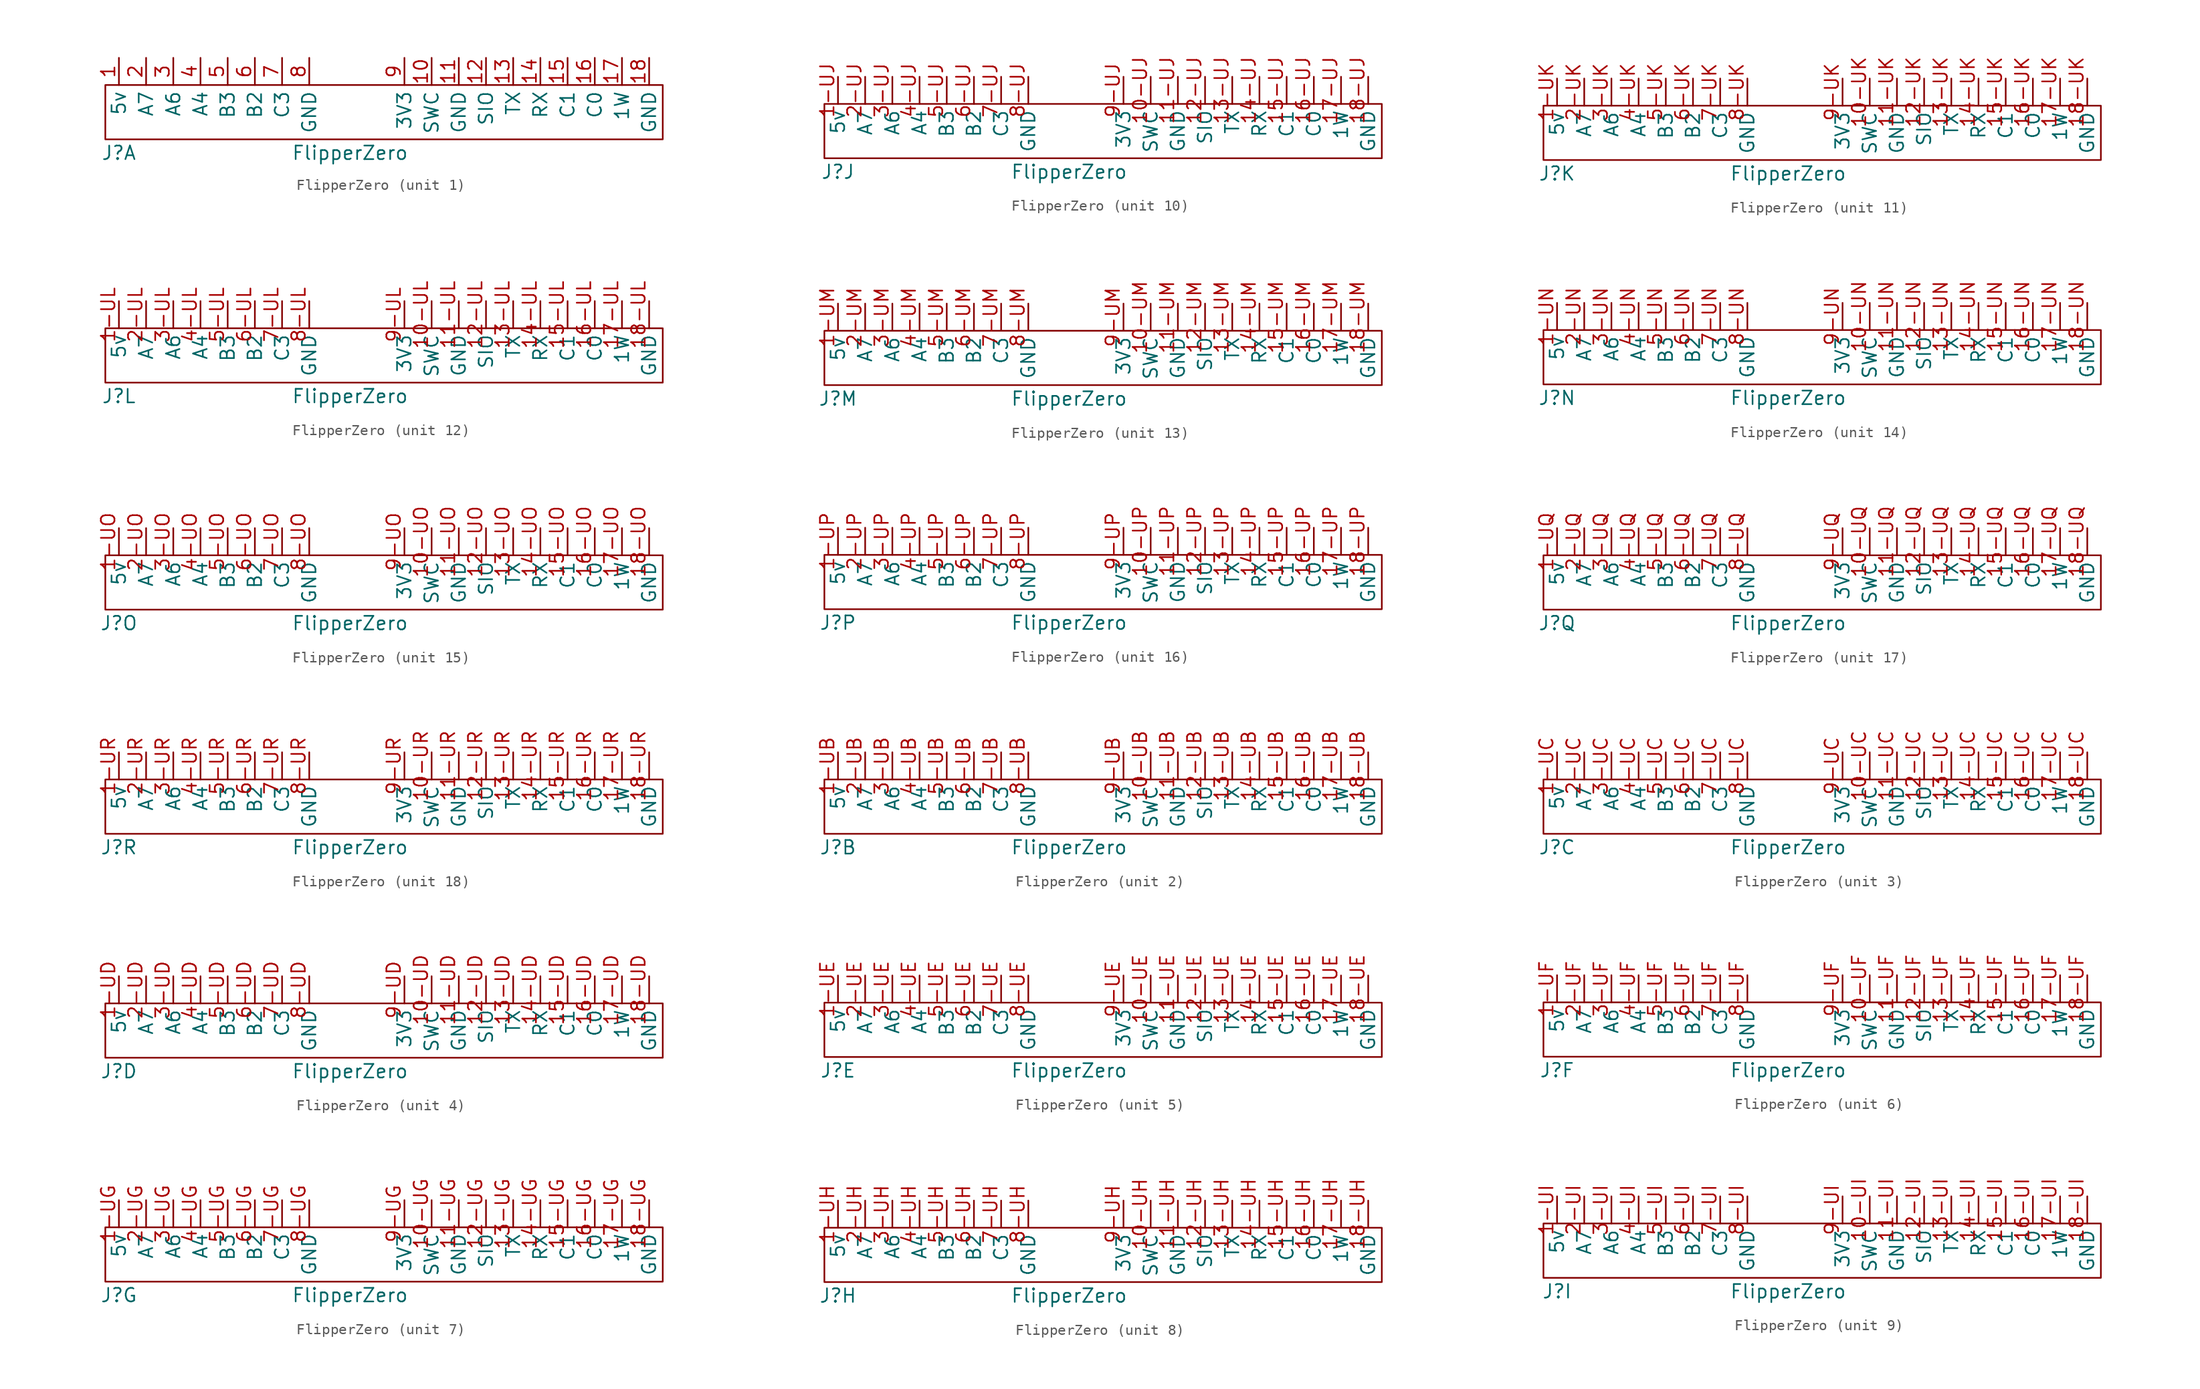
<source format=kicad_sym>
(kicad_symbol_lib
  (version 20211014)
  (generator kicad_symbol_editor)
  (symbol "FlipperZero"
    (property "Reference" "J"
      (at -21.59 -7.62 0)
      (effects (font (size 1.27 1.27))))
    (property "Value" "FlipperZero"
      (at 0 -7.62 0)
      (effects (font (size 1.27 1.27))))
    (symbol "FlipperZero_0_1"
      (rectangle (start -22.86 -1.27) (end 29.21 -6.35) (stroke (width 0) (type default) (color 0 0 0 0)) (fill (type none))))
    (symbol "FlipperZero_1_1"
      (pin input line (at -21.59 1.27 270) (length 2.54) (name "5v" (effects (font (size 1.27 1.27)))) (number "1" (effects (font (size 1.27 1.27)))))
      (pin input line (at 7.62 1.27 270) (length 2.54) (name "SWC" (effects (font (size 1.27 1.27)))) (number "10" (effects (font (size 1.27 1.27)))))
      (pin input line (at 10.16 1.27 270) (length 2.54) (name "GND" (effects (font (size 1.27 1.27)))) (number "11" (effects (font (size 1.27 1.27)))))
      (pin input line (at 12.7 1.27 270) (length 2.54) (name "SIO" (effects (font (size 1.27 1.27)))) (number "12" (effects (font (size 1.27 1.27)))))
      (pin input line (at 15.24 1.27 270) (length 2.54) (name "TX" (effects (font (size 1.27 1.27)))) (number "13" (effects (font (size 1.27 1.27)))))
      (pin input line (at 17.78 1.27 270) (length 2.54) (name "RX" (effects (font (size 1.27 1.27)))) (number "14" (effects (font (size 1.27 1.27)))))
      (pin input line (at 20.32 1.27 270) (length 2.54) (name "C1" (effects (font (size 1.27 1.27)))) (number "15" (effects (font (size 1.27 1.27)))))
      (pin input line (at 22.86 1.27 270) (length 2.54) (name "C0" (effects (font (size 1.27 1.27)))) (number "16" (effects (font (size 1.27 1.27)))))
      (pin input line (at 25.4 1.27 270) (length 2.54) (name "1W" (effects (font (size 1.27 1.27)))) (number "17" (effects (font (size 1.27 1.27)))))
      (pin input line (at 27.94 1.27 270) (length 2.54) (name "GND" (effects (font (size 1.27 1.27)))) (number "18" (effects (font (size 1.27 1.27)))))
      (pin input line (at -19.05 1.27 270) (length 2.54) (name "A7" (effects (font (size 1.27 1.27)))) (number "2" (effects (font (size 1.27 1.27)))))
      (pin input line (at -16.51 1.27 270) (length 2.54) (name "A6" (effects (font (size 1.27 1.27)))) (number "3" (effects (font (size 1.27 1.27)))))
      (pin input line (at -13.97 1.27 270) (length 2.54) (name "A4" (effects (font (size 1.27 1.27)))) (number "4" (effects (font (size 1.27 1.27)))))
      (pin input line (at -11.43 1.27 270) (length 2.54) (name "B3" (effects (font (size 1.27 1.27)))) (number "5" (effects (font (size 1.27 1.27)))))
      (pin input line (at -8.89 1.27 270) (length 2.54) (name "B2" (effects (font (size 1.27 1.27)))) (number "6" (effects (font (size 1.27 1.27)))))
      (pin input line (at -6.35 1.27 270) (length 2.54) (name "C3" (effects (font (size 1.27 1.27)))) (number "7" (effects (font (size 1.27 1.27)))))
      (pin input line (at -3.81 1.27 270) (length 2.54) (name "GND" (effects (font (size 1.27 1.27)))) (number "8" (effects (font (size 1.27 1.27)))))
      (pin input line (at 5.08 1.27 270) (length 2.54) (name "3V3" (effects (font (size 1.27 1.27)))) (number "9" (effects (font (size 1.27 1.27))))))
    (symbol "FlipperZero_2_1"
      (pin input line (at -21.59 1.27 270) (length 2.54) (name "5v" (effects (font (size 1.27 1.27)))) (number "1-UB" (effects (font (size 1.27 1.27)))))
      (pin input line (at 7.62 1.27 270) (length 2.54) (name "SWC" (effects (font (size 1.27 1.27)))) (number "10-UB" (effects (font (size 1.27 1.27)))))
      (pin input line (at 10.16 1.27 270) (length 2.54) (name "GND" (effects (font (size 1.27 1.27)))) (number "11-UB" (effects (font (size 1.27 1.27)))))
      (pin input line (at 12.7 1.27 270) (length 2.54) (name "SIO" (effects (font (size 1.27 1.27)))) (number "12-UB" (effects (font (size 1.27 1.27)))))
      (pin input line (at 15.24 1.27 270) (length 2.54) (name "TX" (effects (font (size 1.27 1.27)))) (number "13-UB" (effects (font (size 1.27 1.27)))))
      (pin input line (at 17.78 1.27 270) (length 2.54) (name "RX" (effects (font (size 1.27 1.27)))) (number "14-UB" (effects (font (size 1.27 1.27)))))
      (pin input line (at 20.32 1.27 270) (length 2.54) (name "C1" (effects (font (size 1.27 1.27)))) (number "15-UB" (effects (font (size 1.27 1.27)))))
      (pin input line (at 22.86 1.27 270) (length 2.54) (name "C0" (effects (font (size 1.27 1.27)))) (number "16-UB" (effects (font (size 1.27 1.27)))))
      (pin input line (at 25.4 1.27 270) (length 2.54) (name "1W" (effects (font (size 1.27 1.27)))) (number "17-UB" (effects (font (size 1.27 1.27)))))
      (pin input line (at 27.94 1.27 270) (length 2.54) (name "GND" (effects (font (size 1.27 1.27)))) (number "18-UB" (effects (font (size 1.27 1.27)))))
      (pin input line (at -19.05 1.27 270) (length 2.54) (name "A7" (effects (font (size 1.27 1.27)))) (number "2-UB" (effects (font (size 1.27 1.27)))))
      (pin input line (at -16.51 1.27 270) (length 2.54) (name "A6" (effects (font (size 1.27 1.27)))) (number "3-UB" (effects (font (size 1.27 1.27)))))
      (pin input line (at -13.97 1.27 270) (length 2.54) (name "A4" (effects (font (size 1.27 1.27)))) (number "4-UB" (effects (font (size 1.27 1.27)))))
      (pin input line (at -11.43 1.27 270) (length 2.54) (name "B3" (effects (font (size 1.27 1.27)))) (number "5-UB" (effects (font (size 1.27 1.27)))))
      (pin input line (at -8.89 1.27 270) (length 2.54) (name "B2" (effects (font (size 1.27 1.27)))) (number "6-UB" (effects (font (size 1.27 1.27)))))
      (pin input line (at -6.35 1.27 270) (length 2.54) (name "C3" (effects (font (size 1.27 1.27)))) (number "7-UB" (effects (font (size 1.27 1.27)))))
      (pin input line (at -3.81 1.27 270) (length 2.54) (name "GND" (effects (font (size 1.27 1.27)))) (number "8-UB" (effects (font (size 1.27 1.27)))))
      (pin input line (at 5.08 1.27 270) (length 2.54) (name "3V3" (effects (font (size 1.27 1.27)))) (number "9-UB" (effects (font (size 1.27 1.27))))))
    (symbol "FlipperZero_3_1"
      (pin input line (at -21.59 1.27 270) (length 2.54) (name "5v" (effects (font (size 1.27 1.27)))) (number "1-UC" (effects (font (size 1.27 1.27)))))
      (pin input line (at 7.62 1.27 270) (length 2.54) (name "SWC" (effects (font (size 1.27 1.27)))) (number "10-UC" (effects (font (size 1.27 1.27)))))
      (pin input line (at 10.16 1.27 270) (length 2.54) (name "GND" (effects (font (size 1.27 1.27)))) (number "11-UC" (effects (font (size 1.27 1.27)))))
      (pin input line (at 12.7 1.27 270) (length 2.54) (name "SIO" (effects (font (size 1.27 1.27)))) (number "12-UC" (effects (font (size 1.27 1.27)))))
      (pin input line (at 15.24 1.27 270) (length 2.54) (name "TX" (effects (font (size 1.27 1.27)))) (number "13-UC" (effects (font (size 1.27 1.27)))))
      (pin input line (at 17.78 1.27 270) (length 2.54) (name "RX" (effects (font (size 1.27 1.27)))) (number "14-UC" (effects (font (size 1.27 1.27)))))
      (pin input line (at 20.32 1.27 270) (length 2.54) (name "C1" (effects (font (size 1.27 1.27)))) (number "15-UC" (effects (font (size 1.27 1.27)))))
      (pin input line (at 22.86 1.27 270) (length 2.54) (name "C0" (effects (font (size 1.27 1.27)))) (number "16-UC" (effects (font (size 1.27 1.27)))))
      (pin input line (at 25.4 1.27 270) (length 2.54) (name "1W" (effects (font (size 1.27 1.27)))) (number "17-UC" (effects (font (size 1.27 1.27)))))
      (pin input line (at 27.94 1.27 270) (length 2.54) (name "GND" (effects (font (size 1.27 1.27)))) (number "18-UC" (effects (font (size 1.27 1.27)))))
      (pin input line (at -19.05 1.27 270) (length 2.54) (name "A7" (effects (font (size 1.27 1.27)))) (number "2-UC" (effects (font (size 1.27 1.27)))))
      (pin input line (at -16.51 1.27 270) (length 2.54) (name "A6" (effects (font (size 1.27 1.27)))) (number "3-UC" (effects (font (size 1.27 1.27)))))
      (pin input line (at -13.97 1.27 270) (length 2.54) (name "A4" (effects (font (size 1.27 1.27)))) (number "4-UC" (effects (font (size 1.27 1.27)))))
      (pin input line (at -11.43 1.27 270) (length 2.54) (name "B3" (effects (font (size 1.27 1.27)))) (number "5-UC" (effects (font (size 1.27 1.27)))))
      (pin input line (at -8.89 1.27 270) (length 2.54) (name "B2" (effects (font (size 1.27 1.27)))) (number "6-UC" (effects (font (size 1.27 1.27)))))
      (pin input line (at -6.35 1.27 270) (length 2.54) (name "C3" (effects (font (size 1.27 1.27)))) (number "7-UC" (effects (font (size 1.27 1.27)))))
      (pin input line (at -3.81 1.27 270) (length 2.54) (name "GND" (effects (font (size 1.27 1.27)))) (number "8-UC" (effects (font (size 1.27 1.27)))))
      (pin input line (at 5.08 1.27 270) (length 2.54) (name "3V3" (effects (font (size 1.27 1.27)))) (number "9-UC" (effects (font (size 1.27 1.27))))))
    (symbol "FlipperZero_4_1"
      (pin input line (at -21.59 1.27 270) (length 2.54) (name "5v" (effects (font (size 1.27 1.27)))) (number "1-UD" (effects (font (size 1.27 1.27)))))
      (pin input line (at 7.62 1.27 270) (length 2.54) (name "SWC" (effects (font (size 1.27 1.27)))) (number "10-UD" (effects (font (size 1.27 1.27)))))
      (pin input line (at 10.16 1.27 270) (length 2.54) (name "GND" (effects (font (size 1.27 1.27)))) (number "11-UD" (effects (font (size 1.27 1.27)))))
      (pin input line (at 12.7 1.27 270) (length 2.54) (name "SIO" (effects (font (size 1.27 1.27)))) (number "12-UD" (effects (font (size 1.27 1.27)))))
      (pin input line (at 15.24 1.27 270) (length 2.54) (name "TX" (effects (font (size 1.27 1.27)))) (number "13-UD" (effects (font (size 1.27 1.27)))))
      (pin input line (at 17.78 1.27 270) (length 2.54) (name "RX" (effects (font (size 1.27 1.27)))) (number "14-UD" (effects (font (size 1.27 1.27)))))
      (pin input line (at 20.32 1.27 270) (length 2.54) (name "C1" (effects (font (size 1.27 1.27)))) (number "15-UD" (effects (font (size 1.27 1.27)))))
      (pin input line (at 22.86 1.27 270) (length 2.54) (name "C0" (effects (font (size 1.27 1.27)))) (number "16-UD" (effects (font (size 1.27 1.27)))))
      (pin input line (at 25.4 1.27 270) (length 2.54) (name "1W" (effects (font (size 1.27 1.27)))) (number "17-UD" (effects (font (size 1.27 1.27)))))
      (pin input line (at 27.94 1.27 270) (length 2.54) (name "GND" (effects (font (size 1.27 1.27)))) (number "18-UD" (effects (font (size 1.27 1.27)))))
      (pin input line (at -19.05 1.27 270) (length 2.54) (name "A7" (effects (font (size 1.27 1.27)))) (number "2-UD" (effects (font (size 1.27 1.27)))))
      (pin input line (at -16.51 1.27 270) (length 2.54) (name "A6" (effects (font (size 1.27 1.27)))) (number "3-UD" (effects (font (size 1.27 1.27)))))
      (pin input line (at -13.97 1.27 270) (length 2.54) (name "A4" (effects (font (size 1.27 1.27)))) (number "4-UD" (effects (font (size 1.27 1.27)))))
      (pin input line (at -11.43 1.27 270) (length 2.54) (name "B3" (effects (font (size 1.27 1.27)))) (number "5-UD" (effects (font (size 1.27 1.27)))))
      (pin input line (at -8.89 1.27 270) (length 2.54) (name "B2" (effects (font (size 1.27 1.27)))) (number "6-UD" (effects (font (size 1.27 1.27)))))
      (pin input line (at -6.35 1.27 270) (length 2.54) (name "C3" (effects (font (size 1.27 1.27)))) (number "7-UD" (effects (font (size 1.27 1.27)))))
      (pin input line (at -3.81 1.27 270) (length 2.54) (name "GND" (effects (font (size 1.27 1.27)))) (number "8-UD" (effects (font (size 1.27 1.27)))))
      (pin input line (at 5.08 1.27 270) (length 2.54) (name "3V3" (effects (font (size 1.27 1.27)))) (number "9-UD" (effects (font (size 1.27 1.27))))))
    (symbol "FlipperZero_5_1"
      (pin input line (at -21.59 1.27 270) (length 2.54) (name "5v" (effects (font (size 1.27 1.27)))) (number "1-UE" (effects (font (size 1.27 1.27)))))
      (pin input line (at 7.62 1.27 270) (length 2.54) (name "SWC" (effects (font (size 1.27 1.27)))) (number "10-UE" (effects (font (size 1.27 1.27)))))
      (pin input line (at 10.16 1.27 270) (length 2.54) (name "GND" (effects (font (size 1.27 1.27)))) (number "11-UE" (effects (font (size 1.27 1.27)))))
      (pin input line (at 12.7 1.27 270) (length 2.54) (name "SIO" (effects (font (size 1.27 1.27)))) (number "12-UE" (effects (font (size 1.27 1.27)))))
      (pin input line (at 15.24 1.27 270) (length 2.54) (name "TX" (effects (font (size 1.27 1.27)))) (number "13-UE" (effects (font (size 1.27 1.27)))))
      (pin input line (at 17.78 1.27 270) (length 2.54) (name "RX" (effects (font (size 1.27 1.27)))) (number "14-UE" (effects (font (size 1.27 1.27)))))
      (pin input line (at 20.32 1.27 270) (length 2.54) (name "C1" (effects (font (size 1.27 1.27)))) (number "15-UE" (effects (font (size 1.27 1.27)))))
      (pin input line (at 22.86 1.27 270) (length 2.54) (name "C0" (effects (font (size 1.27 1.27)))) (number "16-UE" (effects (font (size 1.27 1.27)))))
      (pin input line (at 25.4 1.27 270) (length 2.54) (name "1W" (effects (font (size 1.27 1.27)))) (number "17-UE" (effects (font (size 1.27 1.27)))))
      (pin input line (at 27.94 1.27 270) (length 2.54) (name "GND" (effects (font (size 1.27 1.27)))) (number "18-UE" (effects (font (size 1.27 1.27)))))
      (pin input line (at -19.05 1.27 270) (length 2.54) (name "A7" (effects (font (size 1.27 1.27)))) (number "2-UE" (effects (font (size 1.27 1.27)))))
      (pin input line (at -16.51 1.27 270) (length 2.54) (name "A6" (effects (font (size 1.27 1.27)))) (number "3-UE" (effects (font (size 1.27 1.27)))))
      (pin input line (at -13.97 1.27 270) (length 2.54) (name "A4" (effects (font (size 1.27 1.27)))) (number "4-UE" (effects (font (size 1.27 1.27)))))
      (pin input line (at -11.43 1.27 270) (length 2.54) (name "B3" (effects (font (size 1.27 1.27)))) (number "5-UE" (effects (font (size 1.27 1.27)))))
      (pin input line (at -8.89 1.27 270) (length 2.54) (name "B2" (effects (font (size 1.27 1.27)))) (number "6-UE" (effects (font (size 1.27 1.27)))))
      (pin input line (at -6.35 1.27 270) (length 2.54) (name "C3" (effects (font (size 1.27 1.27)))) (number "7-UE" (effects (font (size 1.27 1.27)))))
      (pin input line (at -3.81 1.27 270) (length 2.54) (name "GND" (effects (font (size 1.27 1.27)))) (number "8-UE" (effects (font (size 1.27 1.27)))))
      (pin input line (at 5.08 1.27 270) (length 2.54) (name "3V3" (effects (font (size 1.27 1.27)))) (number "9-UE" (effects (font (size 1.27 1.27))))))
    (symbol "FlipperZero_6_1"
      (pin input line (at -21.59 1.27 270) (length 2.54) (name "5v" (effects (font (size 1.27 1.27)))) (number "1-UF" (effects (font (size 1.27 1.27)))))
      (pin input line (at 7.62 1.27 270) (length 2.54) (name "SWC" (effects (font (size 1.27 1.27)))) (number "10-UF" (effects (font (size 1.27 1.27)))))
      (pin input line (at 10.16 1.27 270) (length 2.54) (name "GND" (effects (font (size 1.27 1.27)))) (number "11-UF" (effects (font (size 1.27 1.27)))))
      (pin input line (at 12.7 1.27 270) (length 2.54) (name "SIO" (effects (font (size 1.27 1.27)))) (number "12-UF" (effects (font (size 1.27 1.27)))))
      (pin input line (at 15.24 1.27 270) (length 2.54) (name "TX" (effects (font (size 1.27 1.27)))) (number "13-UF" (effects (font (size 1.27 1.27)))))
      (pin input line (at 17.78 1.27 270) (length 2.54) (name "RX" (effects (font (size 1.27 1.27)))) (number "14-UF" (effects (font (size 1.27 1.27)))))
      (pin input line (at 20.32 1.27 270) (length 2.54) (name "C1" (effects (font (size 1.27 1.27)))) (number "15-UF" (effects (font (size 1.27 1.27)))))
      (pin input line (at 22.86 1.27 270) (length 2.54) (name "C0" (effects (font (size 1.27 1.27)))) (number "16-UF" (effects (font (size 1.27 1.27)))))
      (pin input line (at 25.4 1.27 270) (length 2.54) (name "1W" (effects (font (size 1.27 1.27)))) (number "17-UF" (effects (font (size 1.27 1.27)))))
      (pin input line (at 27.94 1.27 270) (length 2.54) (name "GND" (effects (font (size 1.27 1.27)))) (number "18-UF" (effects (font (size 1.27 1.27)))))
      (pin input line (at -19.05 1.27 270) (length 2.54) (name "A7" (effects (font (size 1.27 1.27)))) (number "2-UF" (effects (font (size 1.27 1.27)))))
      (pin input line (at -16.51 1.27 270) (length 2.54) (name "A6" (effects (font (size 1.27 1.27)))) (number "3-UF" (effects (font (size 1.27 1.27)))))
      (pin input line (at -13.97 1.27 270) (length 2.54) (name "A4" (effects (font (size 1.27 1.27)))) (number "4-UF" (effects (font (size 1.27 1.27)))))
      (pin input line (at -11.43 1.27 270) (length 2.54) (name "B3" (effects (font (size 1.27 1.27)))) (number "5-UF" (effects (font (size 1.27 1.27)))))
      (pin input line (at -8.89 1.27 270) (length 2.54) (name "B2" (effects (font (size 1.27 1.27)))) (number "6-UF" (effects (font (size 1.27 1.27)))))
      (pin input line (at -6.35 1.27 270) (length 2.54) (name "C3" (effects (font (size 1.27 1.27)))) (number "7-UF" (effects (font (size 1.27 1.27)))))
      (pin input line (at -3.81 1.27 270) (length 2.54) (name "GND" (effects (font (size 1.27 1.27)))) (number "8-UF" (effects (font (size 1.27 1.27)))))
      (pin input line (at 5.08 1.27 270) (length 2.54) (name "3V3" (effects (font (size 1.27 1.27)))) (number "9-UF" (effects (font (size 1.27 1.27))))))
    (symbol "FlipperZero_7_1"
      (pin input line (at -21.59 1.27 270) (length 2.54) (name "5v" (effects (font (size 1.27 1.27)))) (number "1-UG" (effects (font (size 1.27 1.27)))))
      (pin input line (at 7.62 1.27 270) (length 2.54) (name "SWC" (effects (font (size 1.27 1.27)))) (number "10-UG" (effects (font (size 1.27 1.27)))))
      (pin input line (at 10.16 1.27 270) (length 2.54) (name "GND" (effects (font (size 1.27 1.27)))) (number "11-UG" (effects (font (size 1.27 1.27)))))
      (pin input line (at 12.7 1.27 270) (length 2.54) (name "SIO" (effects (font (size 1.27 1.27)))) (number "12-UG" (effects (font (size 1.27 1.27)))))
      (pin input line (at 15.24 1.27 270) (length 2.54) (name "TX" (effects (font (size 1.27 1.27)))) (number "13-UG" (effects (font (size 1.27 1.27)))))
      (pin input line (at 17.78 1.27 270) (length 2.54) (name "RX" (effects (font (size 1.27 1.27)))) (number "14-UG" (effects (font (size 1.27 1.27)))))
      (pin input line (at 20.32 1.27 270) (length 2.54) (name "C1" (effects (font (size 1.27 1.27)))) (number "15-UG" (effects (font (size 1.27 1.27)))))
      (pin input line (at 22.86 1.27 270) (length 2.54) (name "C0" (effects (font (size 1.27 1.27)))) (number "16-UG" (effects (font (size 1.27 1.27)))))
      (pin input line (at 25.4 1.27 270) (length 2.54) (name "1W" (effects (font (size 1.27 1.27)))) (number "17-UG" (effects (font (size 1.27 1.27)))))
      (pin input line (at 27.94 1.27 270) (length 2.54) (name "GND" (effects (font (size 1.27 1.27)))) (number "18-UG" (effects (font (size 1.27 1.27)))))
      (pin input line (at -19.05 1.27 270) (length 2.54) (name "A7" (effects (font (size 1.27 1.27)))) (number "2-UG" (effects (font (size 1.27 1.27)))))
      (pin input line (at -16.51 1.27 270) (length 2.54) (name "A6" (effects (font (size 1.27 1.27)))) (number "3-UG" (effects (font (size 1.27 1.27)))))
      (pin input line (at -13.97 1.27 270) (length 2.54) (name "A4" (effects (font (size 1.27 1.27)))) (number "4-UG" (effects (font (size 1.27 1.27)))))
      (pin input line (at -11.43 1.27 270) (length 2.54) (name "B3" (effects (font (size 1.27 1.27)))) (number "5-UG" (effects (font (size 1.27 1.27)))))
      (pin input line (at -8.89 1.27 270) (length 2.54) (name "B2" (effects (font (size 1.27 1.27)))) (number "6-UG" (effects (font (size 1.27 1.27)))))
      (pin input line (at -6.35 1.27 270) (length 2.54) (name "C3" (effects (font (size 1.27 1.27)))) (number "7-UG" (effects (font (size 1.27 1.27)))))
      (pin input line (at -3.81 1.27 270) (length 2.54) (name "GND" (effects (font (size 1.27 1.27)))) (number "8-UG" (effects (font (size 1.27 1.27)))))
      (pin input line (at 5.08 1.27 270) (length 2.54) (name "3V3" (effects (font (size 1.27 1.27)))) (number "9-UG" (effects (font (size 1.27 1.27))))))
    (symbol "FlipperZero_8_1"
      (pin input line (at -21.59 1.27 270) (length 2.54) (name "5v" (effects (font (size 1.27 1.27)))) (number "1-UH" (effects (font (size 1.27 1.27)))))
      (pin input line (at 7.62 1.27 270) (length 2.54) (name "SWC" (effects (font (size 1.27 1.27)))) (number "10-UH" (effects (font (size 1.27 1.27)))))
      (pin input line (at 10.16 1.27 270) (length 2.54) (name "GND" (effects (font (size 1.27 1.27)))) (number "11-UH" (effects (font (size 1.27 1.27)))))
      (pin input line (at 12.7 1.27 270) (length 2.54) (name "SIO" (effects (font (size 1.27 1.27)))) (number "12-UH" (effects (font (size 1.27 1.27)))))
      (pin input line (at 15.24 1.27 270) (length 2.54) (name "TX" (effects (font (size 1.27 1.27)))) (number "13-UH" (effects (font (size 1.27 1.27)))))
      (pin input line (at 17.78 1.27 270) (length 2.54) (name "RX" (effects (font (size 1.27 1.27)))) (number "14-UH" (effects (font (size 1.27 1.27)))))
      (pin input line (at 20.32 1.27 270) (length 2.54) (name "C1" (effects (font (size 1.27 1.27)))) (number "15-UH" (effects (font (size 1.27 1.27)))))
      (pin input line (at 22.86 1.27 270) (length 2.54) (name "C0" (effects (font (size 1.27 1.27)))) (number "16-UH" (effects (font (size 1.27 1.27)))))
      (pin input line (at 25.4 1.27 270) (length 2.54) (name "1W" (effects (font (size 1.27 1.27)))) (number "17-UH" (effects (font (size 1.27 1.27)))))
      (pin input line (at 27.94 1.27 270) (length 2.54) (name "GND" (effects (font (size 1.27 1.27)))) (number "18-UH" (effects (font (size 1.27 1.27)))))
      (pin input line (at -19.05 1.27 270) (length 2.54) (name "A7" (effects (font (size 1.27 1.27)))) (number "2-UH" (effects (font (size 1.27 1.27)))))
      (pin input line (at -16.51 1.27 270) (length 2.54) (name "A6" (effects (font (size 1.27 1.27)))) (number "3-UH" (effects (font (size 1.27 1.27)))))
      (pin input line (at -13.97 1.27 270) (length 2.54) (name "A4" (effects (font (size 1.27 1.27)))) (number "4-UH" (effects (font (size 1.27 1.27)))))
      (pin input line (at -11.43 1.27 270) (length 2.54) (name "B3" (effects (font (size 1.27 1.27)))) (number "5-UH" (effects (font (size 1.27 1.27)))))
      (pin input line (at -8.89 1.27 270) (length 2.54) (name "B2" (effects (font (size 1.27 1.27)))) (number "6-UH" (effects (font (size 1.27 1.27)))))
      (pin input line (at -6.35 1.27 270) (length 2.54) (name "C3" (effects (font (size 1.27 1.27)))) (number "7-UH" (effects (font (size 1.27 1.27)))))
      (pin input line (at -3.81 1.27 270) (length 2.54) (name "GND" (effects (font (size 1.27 1.27)))) (number "8-UH" (effects (font (size 1.27 1.27)))))
      (pin input line (at 5.08 1.27 270) (length 2.54) (name "3V3" (effects (font (size 1.27 1.27)))) (number "9-UH" (effects (font (size 1.27 1.27))))))
    (symbol "FlipperZero_9_1"
      (pin input line (at -21.59 1.27 270) (length 2.54) (name "5v" (effects (font (size 1.27 1.27)))) (number "1-UI" (effects (font (size 1.27 1.27)))))
      (pin input line (at 7.62 1.27 270) (length 2.54) (name "SWC" (effects (font (size 1.27 1.27)))) (number "10-UI" (effects (font (size 1.27 1.27)))))
      (pin input line (at 10.16 1.27 270) (length 2.54) (name "GND" (effects (font (size 1.27 1.27)))) (number "11-UI" (effects (font (size 1.27 1.27)))))
      (pin input line (at 12.7 1.27 270) (length 2.54) (name "SIO" (effects (font (size 1.27 1.27)))) (number "12-UI" (effects (font (size 1.27 1.27)))))
      (pin input line (at 15.24 1.27 270) (length 2.54) (name "TX" (effects (font (size 1.27 1.27)))) (number "13-UI" (effects (font (size 1.27 1.27)))))
      (pin input line (at 17.78 1.27 270) (length 2.54) (name "RX" (effects (font (size 1.27 1.27)))) (number "14-UI" (effects (font (size 1.27 1.27)))))
      (pin input line (at 20.32 1.27 270) (length 2.54) (name "C1" (effects (font (size 1.27 1.27)))) (number "15-UI" (effects (font (size 1.27 1.27)))))
      (pin input line (at 22.86 1.27 270) (length 2.54) (name "C0" (effects (font (size 1.27 1.27)))) (number "16-UI" (effects (font (size 1.27 1.27)))))
      (pin input line (at 25.4 1.27 270) (length 2.54) (name "1W" (effects (font (size 1.27 1.27)))) (number "17-UI" (effects (font (size 1.27 1.27)))))
      (pin input line (at 27.94 1.27 270) (length 2.54) (name "GND" (effects (font (size 1.27 1.27)))) (number "18-UI" (effects (font (size 1.27 1.27)))))
      (pin input line (at -19.05 1.27 270) (length 2.54) (name "A7" (effects (font (size 1.27 1.27)))) (number "2-UI" (effects (font (size 1.27 1.27)))))
      (pin input line (at -16.51 1.27 270) (length 2.54) (name "A6" (effects (font (size 1.27 1.27)))) (number "3-UI" (effects (font (size 1.27 1.27)))))
      (pin input line (at -13.97 1.27 270) (length 2.54) (name "A4" (effects (font (size 1.27 1.27)))) (number "4-UI" (effects (font (size 1.27 1.27)))))
      (pin input line (at -11.43 1.27 270) (length 2.54) (name "B3" (effects (font (size 1.27 1.27)))) (number "5-UI" (effects (font (size 1.27 1.27)))))
      (pin input line (at -8.89 1.27 270) (length 2.54) (name "B2" (effects (font (size 1.27 1.27)))) (number "6-UI" (effects (font (size 1.27 1.27)))))
      (pin input line (at -6.35 1.27 270) (length 2.54) (name "C3" (effects (font (size 1.27 1.27)))) (number "7-UI" (effects (font (size 1.27 1.27)))))
      (pin input line (at -3.81 1.27 270) (length 2.54) (name "GND" (effects (font (size 1.27 1.27)))) (number "8-UI" (effects (font (size 1.27 1.27)))))
      (pin input line (at 5.08 1.27 270) (length 2.54) (name "3V3" (effects (font (size 1.27 1.27)))) (number "9-UI" (effects (font (size 1.27 1.27))))))
    (symbol "FlipperZero_10_1"
      (pin input line (at -21.59 1.27 270) (length 2.54) (name "5v" (effects (font (size 1.27 1.27)))) (number "1-UJ" (effects (font (size 1.27 1.27)))))
      (pin input line (at 7.62 1.27 270) (length 2.54) (name "SWC" (effects (font (size 1.27 1.27)))) (number "10-UJ" (effects (font (size 1.27 1.27)))))
      (pin input line (at 10.16 1.27 270) (length 2.54) (name "GND" (effects (font (size 1.27 1.27)))) (number "11-UJ" (effects (font (size 1.27 1.27)))))
      (pin input line (at 12.7 1.27 270) (length 2.54) (name "SIO" (effects (font (size 1.27 1.27)))) (number "12-UJ" (effects (font (size 1.27 1.27)))))
      (pin input line (at 15.24 1.27 270) (length 2.54) (name "TX" (effects (font (size 1.27 1.27)))) (number "13-UJ" (effects (font (size 1.27 1.27)))))
      (pin input line (at 17.78 1.27 270) (length 2.54) (name "RX" (effects (font (size 1.27 1.27)))) (number "14-UJ" (effects (font (size 1.27 1.27)))))
      (pin input line (at 20.32 1.27 270) (length 2.54) (name "C1" (effects (font (size 1.27 1.27)))) (number "15-UJ" (effects (font (size 1.27 1.27)))))
      (pin input line (at 22.86 1.27 270) (length 2.54) (name "C0" (effects (font (size 1.27 1.27)))) (number "16-UJ" (effects (font (size 1.27 1.27)))))
      (pin input line (at 25.4 1.27 270) (length 2.54) (name "1W" (effects (font (size 1.27 1.27)))) (number "17-UJ" (effects (font (size 1.27 1.27)))))
      (pin input line (at 27.94 1.27 270) (length 2.54) (name "GND" (effects (font (size 1.27 1.27)))) (number "18-UJ" (effects (font (size 1.27 1.27)))))
      (pin input line (at -19.05 1.27 270) (length 2.54) (name "A7" (effects (font (size 1.27 1.27)))) (number "2-UJ" (effects (font (size 1.27 1.27)))))
      (pin input line (at -16.51 1.27 270) (length 2.54) (name "A6" (effects (font (size 1.27 1.27)))) (number "3-UJ" (effects (font (size 1.27 1.27)))))
      (pin input line (at -13.97 1.27 270) (length 2.54) (name "A4" (effects (font (size 1.27 1.27)))) (number "4-UJ" (effects (font (size 1.27 1.27)))))
      (pin input line (at -11.43 1.27 270) (length 2.54) (name "B3" (effects (font (size 1.27 1.27)))) (number "5-UJ" (effects (font (size 1.27 1.27)))))
      (pin input line (at -8.89 1.27 270) (length 2.54) (name "B2" (effects (font (size 1.27 1.27)))) (number "6-UJ" (effects (font (size 1.27 1.27)))))
      (pin input line (at -6.35 1.27 270) (length 2.54) (name "C3" (effects (font (size 1.27 1.27)))) (number "7-UJ" (effects (font (size 1.27 1.27)))))
      (pin input line (at -3.81 1.27 270) (length 2.54) (name "GND" (effects (font (size 1.27 1.27)))) (number "8-UJ" (effects (font (size 1.27 1.27)))))
      (pin input line (at 5.08 1.27 270) (length 2.54) (name "3V3" (effects (font (size 1.27 1.27)))) (number "9-UJ" (effects (font (size 1.27 1.27))))))
    (symbol "FlipperZero_11_1"
      (pin input line (at -21.59 1.27 270) (length 2.54) (name "5v" (effects (font (size 1.27 1.27)))) (number "1-UK" (effects (font (size 1.27 1.27)))))
      (pin input line (at 7.62 1.27 270) (length 2.54) (name "SWC" (effects (font (size 1.27 1.27)))) (number "10-UK" (effects (font (size 1.27 1.27)))))
      (pin input line (at 10.16 1.27 270) (length 2.54) (name "GND" (effects (font (size 1.27 1.27)))) (number "11-UK" (effects (font (size 1.27 1.27)))))
      (pin input line (at 12.7 1.27 270) (length 2.54) (name "SIO" (effects (font (size 1.27 1.27)))) (number "12-UK" (effects (font (size 1.27 1.27)))))
      (pin input line (at 15.24 1.27 270) (length 2.54) (name "TX" (effects (font (size 1.27 1.27)))) (number "13-UK" (effects (font (size 1.27 1.27)))))
      (pin input line (at 17.78 1.27 270) (length 2.54) (name "RX" (effects (font (size 1.27 1.27)))) (number "14-UK" (effects (font (size 1.27 1.27)))))
      (pin input line (at 20.32 1.27 270) (length 2.54) (name "C1" (effects (font (size 1.27 1.27)))) (number "15-UK" (effects (font (size 1.27 1.27)))))
      (pin input line (at 22.86 1.27 270) (length 2.54) (name "C0" (effects (font (size 1.27 1.27)))) (number "16-UK" (effects (font (size 1.27 1.27)))))
      (pin input line (at 25.4 1.27 270) (length 2.54) (name "1W" (effects (font (size 1.27 1.27)))) (number "17-UK" (effects (font (size 1.27 1.27)))))
      (pin input line (at 27.94 1.27 270) (length 2.54) (name "GND" (effects (font (size 1.27 1.27)))) (number "18-UK" (effects (font (size 1.27 1.27)))))
      (pin input line (at -19.05 1.27 270) (length 2.54) (name "A7" (effects (font (size 1.27 1.27)))) (number "2-UK" (effects (font (size 1.27 1.27)))))
      (pin input line (at -16.51 1.27 270) (length 2.54) (name "A6" (effects (font (size 1.27 1.27)))) (number "3-UK" (effects (font (size 1.27 1.27)))))
      (pin input line (at -13.97 1.27 270) (length 2.54) (name "A4" (effects (font (size 1.27 1.27)))) (number "4-UK" (effects (font (size 1.27 1.27)))))
      (pin input line (at -11.43 1.27 270) (length 2.54) (name "B3" (effects (font (size 1.27 1.27)))) (number "5-UK" (effects (font (size 1.27 1.27)))))
      (pin input line (at -8.89 1.27 270) (length 2.54) (name "B2" (effects (font (size 1.27 1.27)))) (number "6-UK" (effects (font (size 1.27 1.27)))))
      (pin input line (at -6.35 1.27 270) (length 2.54) (name "C3" (effects (font (size 1.27 1.27)))) (number "7-UK" (effects (font (size 1.27 1.27)))))
      (pin input line (at -3.81 1.27 270) (length 2.54) (name "GND" (effects (font (size 1.27 1.27)))) (number "8-UK" (effects (font (size 1.27 1.27)))))
      (pin input line (at 5.08 1.27 270) (length 2.54) (name "3V3" (effects (font (size 1.27 1.27)))) (number "9-UK" (effects (font (size 1.27 1.27))))))
    (symbol "FlipperZero_12_1"
      (pin input line (at -21.59 1.27 270) (length 2.54) (name "5v" (effects (font (size 1.27 1.27)))) (number "1-UL" (effects (font (size 1.27 1.27)))))
      (pin input line (at 7.62 1.27 270) (length 2.54) (name "SWC" (effects (font (size 1.27 1.27)))) (number "10-UL" (effects (font (size 1.27 1.27)))))
      (pin input line (at 10.16 1.27 270) (length 2.54) (name "GND" (effects (font (size 1.27 1.27)))) (number "11-UL" (effects (font (size 1.27 1.27)))))
      (pin input line (at 12.7 1.27 270) (length 2.54) (name "SIO" (effects (font (size 1.27 1.27)))) (number "12-UL" (effects (font (size 1.27 1.27)))))
      (pin input line (at 15.24 1.27 270) (length 2.54) (name "TX" (effects (font (size 1.27 1.27)))) (number "13-UL" (effects (font (size 1.27 1.27)))))
      (pin input line (at 17.78 1.27 270) (length 2.54) (name "RX" (effects (font (size 1.27 1.27)))) (number "14-UL" (effects (font (size 1.27 1.27)))))
      (pin input line (at 20.32 1.27 270) (length 2.54) (name "C1" (effects (font (size 1.27 1.27)))) (number "15-UL" (effects (font (size 1.27 1.27)))))
      (pin input line (at 22.86 1.27 270) (length 2.54) (name "C0" (effects (font (size 1.27 1.27)))) (number "16-UL" (effects (font (size 1.27 1.27)))))
      (pin input line (at 25.4 1.27 270) (length 2.54) (name "1W" (effects (font (size 1.27 1.27)))) (number "17-UL" (effects (font (size 1.27 1.27)))))
      (pin input line (at 27.94 1.27 270) (length 2.54) (name "GND" (effects (font (size 1.27 1.27)))) (number "18-UL" (effects (font (size 1.27 1.27)))))
      (pin input line (at -19.05 1.27 270) (length 2.54) (name "A7" (effects (font (size 1.27 1.27)))) (number "2-UL" (effects (font (size 1.27 1.27)))))
      (pin input line (at -16.51 1.27 270) (length 2.54) (name "A6" (effects (font (size 1.27 1.27)))) (number "3-UL" (effects (font (size 1.27 1.27)))))
      (pin input line (at -13.97 1.27 270) (length 2.54) (name "A4" (effects (font (size 1.27 1.27)))) (number "4-UL" (effects (font (size 1.27 1.27)))))
      (pin input line (at -11.43 1.27 270) (length 2.54) (name "B3" (effects (font (size 1.27 1.27)))) (number "5-UL" (effects (font (size 1.27 1.27)))))
      (pin input line (at -8.89 1.27 270) (length 2.54) (name "B2" (effects (font (size 1.27 1.27)))) (number "6-UL" (effects (font (size 1.27 1.27)))))
      (pin input line (at -6.35 1.27 270) (length 2.54) (name "C3" (effects (font (size 1.27 1.27)))) (number "7-UL" (effects (font (size 1.27 1.27)))))
      (pin input line (at -3.81 1.27 270) (length 2.54) (name "GND" (effects (font (size 1.27 1.27)))) (number "8-UL" (effects (font (size 1.27 1.27)))))
      (pin input line (at 5.08 1.27 270) (length 2.54) (name "3V3" (effects (font (size 1.27 1.27)))) (number "9-UL" (effects (font (size 1.27 1.27))))))
    (symbol "FlipperZero_13_1"
      (pin input line (at -21.59 1.27 270) (length 2.54) (name "5v" (effects (font (size 1.27 1.27)))) (number "1-UM" (effects (font (size 1.27 1.27)))))
      (pin input line (at 7.62 1.27 270) (length 2.54) (name "SWC" (effects (font (size 1.27 1.27)))) (number "10-UM" (effects (font (size 1.27 1.27)))))
      (pin input line (at 10.16 1.27 270) (length 2.54) (name "GND" (effects (font (size 1.27 1.27)))) (number "11-UM" (effects (font (size 1.27 1.27)))))
      (pin input line (at 12.7 1.27 270) (length 2.54) (name "SIO" (effects (font (size 1.27 1.27)))) (number "12-UM" (effects (font (size 1.27 1.27)))))
      (pin input line (at 15.24 1.27 270) (length 2.54) (name "TX" (effects (font (size 1.27 1.27)))) (number "13-UM" (effects (font (size 1.27 1.27)))))
      (pin input line (at 17.78 1.27 270) (length 2.54) (name "RX" (effects (font (size 1.27 1.27)))) (number "14-UM" (effects (font (size 1.27 1.27)))))
      (pin input line (at 20.32 1.27 270) (length 2.54) (name "C1" (effects (font (size 1.27 1.27)))) (number "15-UM" (effects (font (size 1.27 1.27)))))
      (pin input line (at 22.86 1.27 270) (length 2.54) (name "C0" (effects (font (size 1.27 1.27)))) (number "16-UM" (effects (font (size 1.27 1.27)))))
      (pin input line (at 25.4 1.27 270) (length 2.54) (name "1W" (effects (font (size 1.27 1.27)))) (number "17-UM" (effects (font (size 1.27 1.27)))))
      (pin input line (at 27.94 1.27 270) (length 2.54) (name "GND" (effects (font (size 1.27 1.27)))) (number "18-UM" (effects (font (size 1.27 1.27)))))
      (pin input line (at -19.05 1.27 270) (length 2.54) (name "A7" (effects (font (size 1.27 1.27)))) (number "2-UM" (effects (font (size 1.27 1.27)))))
      (pin input line (at -16.51 1.27 270) (length 2.54) (name "A6" (effects (font (size 1.27 1.27)))) (number "3-UM" (effects (font (size 1.27 1.27)))))
      (pin input line (at -13.97 1.27 270) (length 2.54) (name "A4" (effects (font (size 1.27 1.27)))) (number "4-UM" (effects (font (size 1.27 1.27)))))
      (pin input line (at -11.43 1.27 270) (length 2.54) (name "B3" (effects (font (size 1.27 1.27)))) (number "5-UM" (effects (font (size 1.27 1.27)))))
      (pin input line (at -8.89 1.27 270) (length 2.54) (name "B2" (effects (font (size 1.27 1.27)))) (number "6-UM" (effects (font (size 1.27 1.27)))))
      (pin input line (at -6.35 1.27 270) (length 2.54) (name "C3" (effects (font (size 1.27 1.27)))) (number "7-UM" (effects (font (size 1.27 1.27)))))
      (pin input line (at -3.81 1.27 270) (length 2.54) (name "GND" (effects (font (size 1.27 1.27)))) (number "8-UM" (effects (font (size 1.27 1.27)))))
      (pin input line (at 5.08 1.27 270) (length 2.54) (name "3V3" (effects (font (size 1.27 1.27)))) (number "9-UM" (effects (font (size 1.27 1.27))))))
    (symbol "FlipperZero_14_1"
      (pin input line (at -21.59 1.27 270) (length 2.54) (name "5v" (effects (font (size 1.27 1.27)))) (number "1-UN" (effects (font (size 1.27 1.27)))))
      (pin input line (at 7.62 1.27 270) (length 2.54) (name "SWC" (effects (font (size 1.27 1.27)))) (number "10-UN" (effects (font (size 1.27 1.27)))))
      (pin input line (at 10.16 1.27 270) (length 2.54) (name "GND" (effects (font (size 1.27 1.27)))) (number "11-UN" (effects (font (size 1.27 1.27)))))
      (pin input line (at 12.7 1.27 270) (length 2.54) (name "SIO" (effects (font (size 1.27 1.27)))) (number "12-UN" (effects (font (size 1.27 1.27)))))
      (pin input line (at 15.24 1.27 270) (length 2.54) (name "TX" (effects (font (size 1.27 1.27)))) (number "13-UN" (effects (font (size 1.27 1.27)))))
      (pin input line (at 17.78 1.27 270) (length 2.54) (name "RX" (effects (font (size 1.27 1.27)))) (number "14-UN" (effects (font (size 1.27 1.27)))))
      (pin input line (at 20.32 1.27 270) (length 2.54) (name "C1" (effects (font (size 1.27 1.27)))) (number "15-UN" (effects (font (size 1.27 1.27)))))
      (pin input line (at 22.86 1.27 270) (length 2.54) (name "C0" (effects (font (size 1.27 1.27)))) (number "16-UN" (effects (font (size 1.27 1.27)))))
      (pin input line (at 25.4 1.27 270) (length 2.54) (name "1W" (effects (font (size 1.27 1.27)))) (number "17-UN" (effects (font (size 1.27 1.27)))))
      (pin input line (at 27.94 1.27 270) (length 2.54) (name "GND" (effects (font (size 1.27 1.27)))) (number "18-UN" (effects (font (size 1.27 1.27)))))
      (pin input line (at -19.05 1.27 270) (length 2.54) (name "A7" (effects (font (size 1.27 1.27)))) (number "2-UN" (effects (font (size 1.27 1.27)))))
      (pin input line (at -16.51 1.27 270) (length 2.54) (name "A6" (effects (font (size 1.27 1.27)))) (number "3-UN" (effects (font (size 1.27 1.27)))))
      (pin input line (at -13.97 1.27 270) (length 2.54) (name "A4" (effects (font (size 1.27 1.27)))) (number "4-UN" (effects (font (size 1.27 1.27)))))
      (pin input line (at -11.43 1.27 270) (length 2.54) (name "B3" (effects (font (size 1.27 1.27)))) (number "5-UN" (effects (font (size 1.27 1.27)))))
      (pin input line (at -8.89 1.27 270) (length 2.54) (name "B2" (effects (font (size 1.27 1.27)))) (number "6-UN" (effects (font (size 1.27 1.27)))))
      (pin input line (at -6.35 1.27 270) (length 2.54) (name "C3" (effects (font (size 1.27 1.27)))) (number "7-UN" (effects (font (size 1.27 1.27)))))
      (pin input line (at -3.81 1.27 270) (length 2.54) (name "GND" (effects (font (size 1.27 1.27)))) (number "8-UN" (effects (font (size 1.27 1.27)))))
      (pin input line (at 5.08 1.27 270) (length 2.54) (name "3V3" (effects (font (size 1.27 1.27)))) (number "9-UN" (effects (font (size 1.27 1.27))))))
    (symbol "FlipperZero_15_1"
      (pin input line (at -21.59 1.27 270) (length 2.54) (name "5v" (effects (font (size 1.27 1.27)))) (number "1-UO" (effects (font (size 1.27 1.27)))))
      (pin input line (at 7.62 1.27 270) (length 2.54) (name "SWC" (effects (font (size 1.27 1.27)))) (number "10-UO" (effects (font (size 1.27 1.27)))))
      (pin input line (at 10.16 1.27 270) (length 2.54) (name "GND" (effects (font (size 1.27 1.27)))) (number "11-UO" (effects (font (size 1.27 1.27)))))
      (pin input line (at 12.7 1.27 270) (length 2.54) (name "SIO" (effects (font (size 1.27 1.27)))) (number "12-UO" (effects (font (size 1.27 1.27)))))
      (pin input line (at 15.24 1.27 270) (length 2.54) (name "TX" (effects (font (size 1.27 1.27)))) (number "13-UO" (effects (font (size 1.27 1.27)))))
      (pin input line (at 17.78 1.27 270) (length 2.54) (name "RX" (effects (font (size 1.27 1.27)))) (number "14-UO" (effects (font (size 1.27 1.27)))))
      (pin input line (at 20.32 1.27 270) (length 2.54) (name "C1" (effects (font (size 1.27 1.27)))) (number "15-UO" (effects (font (size 1.27 1.27)))))
      (pin input line (at 22.86 1.27 270) (length 2.54) (name "C0" (effects (font (size 1.27 1.27)))) (number "16-UO" (effects (font (size 1.27 1.27)))))
      (pin input line (at 25.4 1.27 270) (length 2.54) (name "1W" (effects (font (size 1.27 1.27)))) (number "17-UO" (effects (font (size 1.27 1.27)))))
      (pin input line (at 27.94 1.27 270) (length 2.54) (name "GND" (effects (font (size 1.27 1.27)))) (number "18-UO" (effects (font (size 1.27 1.27)))))
      (pin input line (at -19.05 1.27 270) (length 2.54) (name "A7" (effects (font (size 1.27 1.27)))) (number "2-UO" (effects (font (size 1.27 1.27)))))
      (pin input line (at -16.51 1.27 270) (length 2.54) (name "A6" (effects (font (size 1.27 1.27)))) (number "3-UO" (effects (font (size 1.27 1.27)))))
      (pin input line (at -13.97 1.27 270) (length 2.54) (name "A4" (effects (font (size 1.27 1.27)))) (number "4-UO" (effects (font (size 1.27 1.27)))))
      (pin input line (at -11.43 1.27 270) (length 2.54) (name "B3" (effects (font (size 1.27 1.27)))) (number "5-UO" (effects (font (size 1.27 1.27)))))
      (pin input line (at -8.89 1.27 270) (length 2.54) (name "B2" (effects (font (size 1.27 1.27)))) (number "6-UO" (effects (font (size 1.27 1.27)))))
      (pin input line (at -6.35 1.27 270) (length 2.54) (name "C3" (effects (font (size 1.27 1.27)))) (number "7-UO" (effects (font (size 1.27 1.27)))))
      (pin input line (at -3.81 1.27 270) (length 2.54) (name "GND" (effects (font (size 1.27 1.27)))) (number "8-UO" (effects (font (size 1.27 1.27)))))
      (pin input line (at 5.08 1.27 270) (length 2.54) (name "3V3" (effects (font (size 1.27 1.27)))) (number "9-UO" (effects (font (size 1.27 1.27))))))
    (symbol "FlipperZero_16_1"
      (pin input line (at -21.59 1.27 270) (length 2.54) (name "5v" (effects (font (size 1.27 1.27)))) (number "1-UP" (effects (font (size 1.27 1.27)))))
      (pin input line (at 7.62 1.27 270) (length 2.54) (name "SWC" (effects (font (size 1.27 1.27)))) (number "10-UP" (effects (font (size 1.27 1.27)))))
      (pin input line (at 10.16 1.27 270) (length 2.54) (name "GND" (effects (font (size 1.27 1.27)))) (number "11-UP" (effects (font (size 1.27 1.27)))))
      (pin input line (at 12.7 1.27 270) (length 2.54) (name "SIO" (effects (font (size 1.27 1.27)))) (number "12-UP" (effects (font (size 1.27 1.27)))))
      (pin input line (at 15.24 1.27 270) (length 2.54) (name "TX" (effects (font (size 1.27 1.27)))) (number "13-UP" (effects (font (size 1.27 1.27)))))
      (pin input line (at 17.78 1.27 270) (length 2.54) (name "RX" (effects (font (size 1.27 1.27)))) (number "14-UP" (effects (font (size 1.27 1.27)))))
      (pin input line (at 20.32 1.27 270) (length 2.54) (name "C1" (effects (font (size 1.27 1.27)))) (number "15-UP" (effects (font (size 1.27 1.27)))))
      (pin input line (at 22.86 1.27 270) (length 2.54) (name "C0" (effects (font (size 1.27 1.27)))) (number "16-UP" (effects (font (size 1.27 1.27)))))
      (pin input line (at 25.4 1.27 270) (length 2.54) (name "1W" (effects (font (size 1.27 1.27)))) (number "17-UP" (effects (font (size 1.27 1.27)))))
      (pin input line (at 27.94 1.27 270) (length 2.54) (name "GND" (effects (font (size 1.27 1.27)))) (number "18-UP" (effects (font (size 1.27 1.27)))))
      (pin input line (at -19.05 1.27 270) (length 2.54) (name "A7" (effects (font (size 1.27 1.27)))) (number "2-UP" (effects (font (size 1.27 1.27)))))
      (pin input line (at -16.51 1.27 270) (length 2.54) (name "A6" (effects (font (size 1.27 1.27)))) (number "3-UP" (effects (font (size 1.27 1.27)))))
      (pin input line (at -13.97 1.27 270) (length 2.54) (name "A4" (effects (font (size 1.27 1.27)))) (number "4-UP" (effects (font (size 1.27 1.27)))))
      (pin input line (at -11.43 1.27 270) (length 2.54) (name "B3" (effects (font (size 1.27 1.27)))) (number "5-UP" (effects (font (size 1.27 1.27)))))
      (pin input line (at -8.89 1.27 270) (length 2.54) (name "B2" (effects (font (size 1.27 1.27)))) (number "6-UP" (effects (font (size 1.27 1.27)))))
      (pin input line (at -6.35 1.27 270) (length 2.54) (name "C3" (effects (font (size 1.27 1.27)))) (number "7-UP" (effects (font (size 1.27 1.27)))))
      (pin input line (at -3.81 1.27 270) (length 2.54) (name "GND" (effects (font (size 1.27 1.27)))) (number "8-UP" (effects (font (size 1.27 1.27)))))
      (pin input line (at 5.08 1.27 270) (length 2.54) (name "3V3" (effects (font (size 1.27 1.27)))) (number "9-UP" (effects (font (size 1.27 1.27))))))
    (symbol "FlipperZero_17_1"
      (pin input line (at -21.59 1.27 270) (length 2.54) (name "5v" (effects (font (size 1.27 1.27)))) (number "1-UQ" (effects (font (size 1.27 1.27)))))
      (pin input line (at 7.62 1.27 270) (length 2.54) (name "SWC" (effects (font (size 1.27 1.27)))) (number "10-UQ" (effects (font (size 1.27 1.27)))))
      (pin input line (at 10.16 1.27 270) (length 2.54) (name "GND" (effects (font (size 1.27 1.27)))) (number "11-UQ" (effects (font (size 1.27 1.27)))))
      (pin input line (at 12.7 1.27 270) (length 2.54) (name "SIO" (effects (font (size 1.27 1.27)))) (number "12-UQ" (effects (font (size 1.27 1.27)))))
      (pin input line (at 15.24 1.27 270) (length 2.54) (name "TX" (effects (font (size 1.27 1.27)))) (number "13-UQ" (effects (font (size 1.27 1.27)))))
      (pin input line (at 17.78 1.27 270) (length 2.54) (name "RX" (effects (font (size 1.27 1.27)))) (number "14-UQ" (effects (font (size 1.27 1.27)))))
      (pin input line (at 20.32 1.27 270) (length 2.54) (name "C1" (effects (font (size 1.27 1.27)))) (number "15-UQ" (effects (font (size 1.27 1.27)))))
      (pin input line (at 22.86 1.27 270) (length 2.54) (name "C0" (effects (font (size 1.27 1.27)))) (number "16-UQ" (effects (font (size 1.27 1.27)))))
      (pin input line (at 25.4 1.27 270) (length 2.54) (name "1W" (effects (font (size 1.27 1.27)))) (number "17-UQ" (effects (font (size 1.27 1.27)))))
      (pin input line (at 27.94 1.27 270) (length 2.54) (name "GND" (effects (font (size 1.27 1.27)))) (number "18-UQ" (effects (font (size 1.27 1.27)))))
      (pin input line (at -19.05 1.27 270) (length 2.54) (name "A7" (effects (font (size 1.27 1.27)))) (number "2-UQ" (effects (font (size 1.27 1.27)))))
      (pin input line (at -16.51 1.27 270) (length 2.54) (name "A6" (effects (font (size 1.27 1.27)))) (number "3-UQ" (effects (font (size 1.27 1.27)))))
      (pin input line (at -13.97 1.27 270) (length 2.54) (name "A4" (effects (font (size 1.27 1.27)))) (number "4-UQ" (effects (font (size 1.27 1.27)))))
      (pin input line (at -11.43 1.27 270) (length 2.54) (name "B3" (effects (font (size 1.27 1.27)))) (number "5-UQ" (effects (font (size 1.27 1.27)))))
      (pin input line (at -8.89 1.27 270) (length 2.54) (name "B2" (effects (font (size 1.27 1.27)))) (number "6-UQ" (effects (font (size 1.27 1.27)))))
      (pin input line (at -6.35 1.27 270) (length 2.54) (name "C3" (effects (font (size 1.27 1.27)))) (number "7-UQ" (effects (font (size 1.27 1.27)))))
      (pin input line (at -3.81 1.27 270) (length 2.54) (name "GND" (effects (font (size 1.27 1.27)))) (number "8-UQ" (effects (font (size 1.27 1.27)))))
      (pin input line (at 5.08 1.27 270) (length 2.54) (name "3V3" (effects (font (size 1.27 1.27)))) (number "9-UQ" (effects (font (size 1.27 1.27))))))
    (symbol "FlipperZero_18_1"
      (pin input line (at -21.59 1.27 270) (length 2.54) (name "5v" (effects (font (size 1.27 1.27)))) (number "1-UR" (effects (font (size 1.27 1.27)))))
      (pin input line (at 7.62 1.27 270) (length 2.54) (name "SWC" (effects (font (size 1.27 1.27)))) (number "10-UR" (effects (font (size 1.27 1.27)))))
      (pin input line (at 10.16 1.27 270) (length 2.54) (name "GND" (effects (font (size 1.27 1.27)))) (number "11-UR" (effects (font (size 1.27 1.27)))))
      (pin input line (at 12.7 1.27 270) (length 2.54) (name "SIO" (effects (font (size 1.27 1.27)))) (number "12-UR" (effects (font (size 1.27 1.27)))))
      (pin input line (at 15.24 1.27 270) (length 2.54) (name "TX" (effects (font (size 1.27 1.27)))) (number "13-UR" (effects (font (size 1.27 1.27)))))
      (pin input line (at 17.78 1.27 270) (length 2.54) (name "RX" (effects (font (size 1.27 1.27)))) (number "14-UR" (effects (font (size 1.27 1.27)))))
      (pin input line (at 20.32 1.27 270) (length 2.54) (name "C1" (effects (font (size 1.27 1.27)))) (number "15-UR" (effects (font (size 1.27 1.27)))))
      (pin input line (at 22.86 1.27 270) (length 2.54) (name "C0" (effects (font (size 1.27 1.27)))) (number "16-UR" (effects (font (size 1.27 1.27)))))
      (pin input line (at 25.4 1.27 270) (length 2.54) (name "1W" (effects (font (size 1.27 1.27)))) (number "17-UR" (effects (font (size 1.27 1.27)))))
      (pin input line (at 27.94 1.27 270) (length 2.54) (name "GND" (effects (font (size 1.27 1.27)))) (number "18-UR" (effects (font (size 1.27 1.27)))))
      (pin input line (at -19.05 1.27 270) (length 2.54) (name "A7" (effects (font (size 1.27 1.27)))) (number "2-UR" (effects (font (size 1.27 1.27)))))
      (pin input line (at -16.51 1.27 270) (length 2.54) (name "A6" (effects (font (size 1.27 1.27)))) (number "3-UR" (effects (font (size 1.27 1.27)))))
      (pin input line (at -13.97 1.27 270) (length 2.54) (name "A4" (effects (font (size 1.27 1.27)))) (number "4-UR" (effects (font (size 1.27 1.27)))))
      (pin input line (at -11.43 1.27 270) (length 2.54) (name "B3" (effects (font (size 1.27 1.27)))) (number "5-UR" (effects (font (size 1.27 1.27)))))
      (pin input line (at -8.89 1.27 270) (length 2.54) (name "B2" (effects (font (size 1.27 1.27)))) (number "6-UR" (effects (font (size 1.27 1.27)))))
      (pin input line (at -6.35 1.27 270) (length 2.54) (name "C3" (effects (font (size 1.27 1.27)))) (number "7-UR" (effects (font (size 1.27 1.27)))))
      (pin input line (at -3.81 1.27 270) (length 2.54) (name "GND" (effects (font (size 1.27 1.27)))) (number "8-UR" (effects (font (size 1.27 1.27)))))
      (pin input line (at 5.08 1.27 270) (length 2.54) (name "3V3" (effects (font (size 1.27 1.27)))) (number "9-UR" (effects (font (size 1.27 1.27))))))))
</source>
